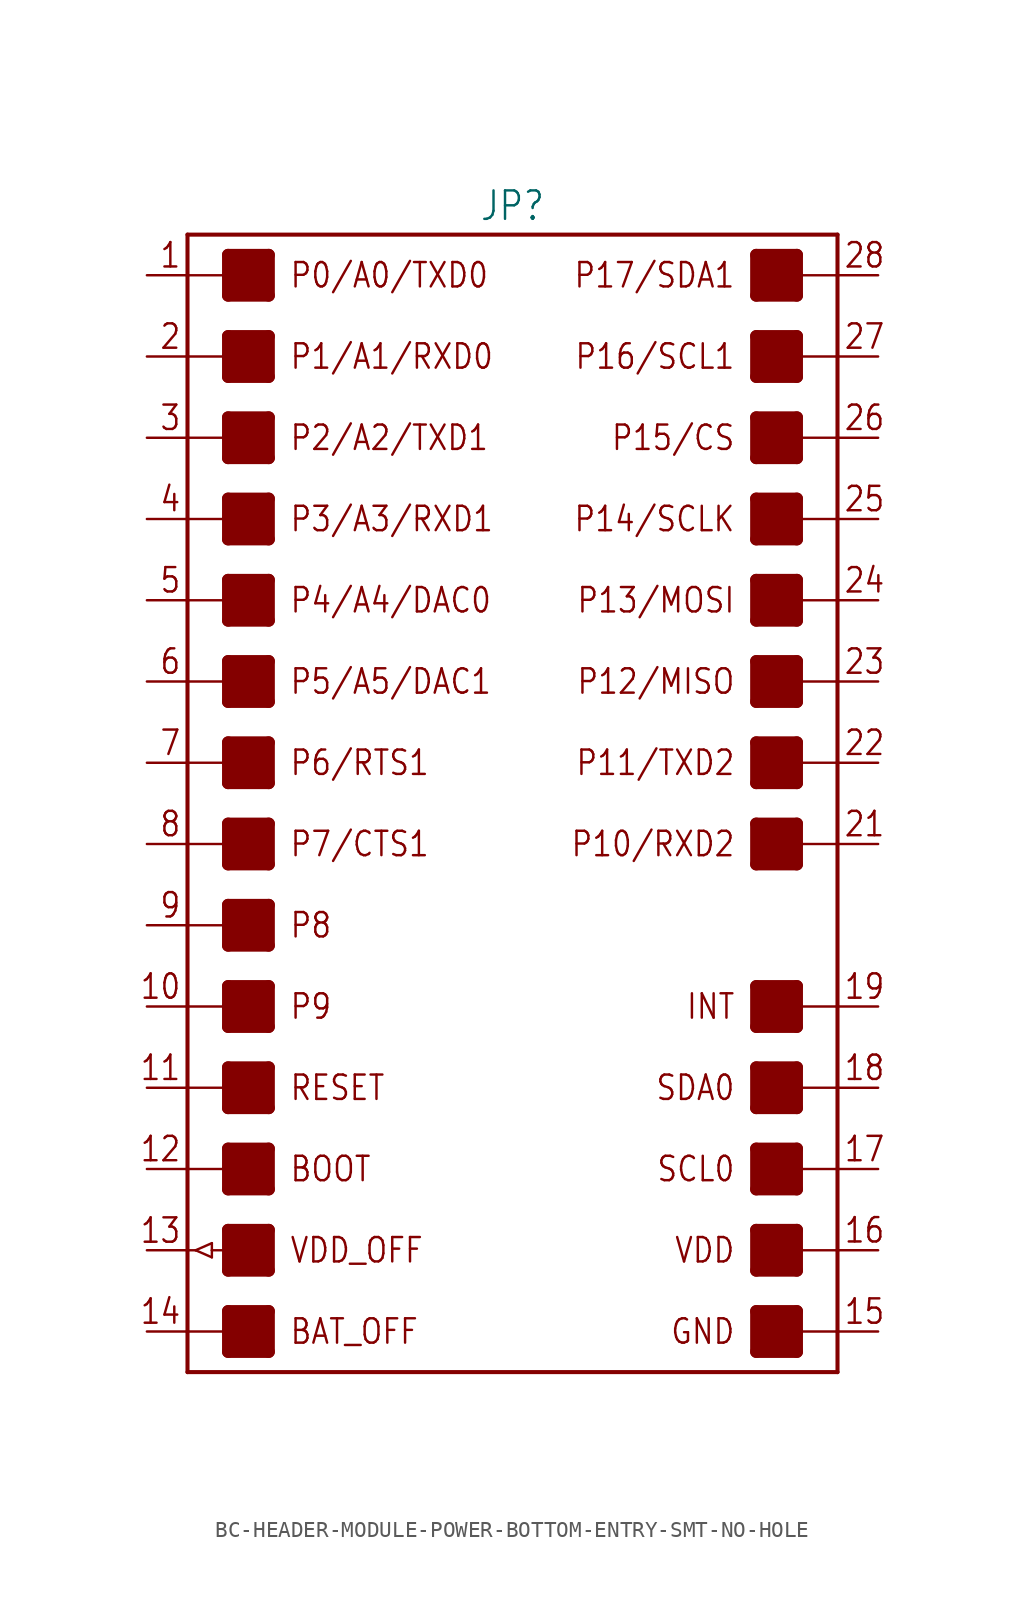
<source format=kicad_sym>
(kicad_symbol_lib
  (version 20231120)
  (generator "kicad_symbol_editor")
  (generator_version "8.0")
  (symbol "BC-HEADER-MODULE-POWER-BOTTOM-ENTRY-SMT-NO-HOLE"
    (property "Reference" "JP"
      (at 0 36.322 0)
      (effects (font (size 1.778 1.511)) (justify bottom)))
    (property "Value" ""
      (at 0 -36.322 0)
      (effects (font (size 1.778 1.511)) (justify top)))
    (property "ki_locked" ""
      (at 0 0 0)
      (effects (font (size 1.27 1.27))))
    (symbol "BC-HEADER-MODULE-POWER-BOTTOM-ENTRY-SMT-NO-HOLE_1_0"
      (rectangle (start -17.78 -34.29) (end -15.24 -31.75) (stroke (width 0) (type default)) (fill (type outline)))
      (rectangle (start -17.78 -29.21) (end -15.24 -26.67) (stroke (width 0) (type default)) (fill (type outline)))
      (rectangle (start -17.78 -24.13) (end -15.24 -21.59) (stroke (width 0) (type default)) (fill (type outline)))
      (rectangle (start -17.78 -19.05) (end -15.24 -16.51) (stroke (width 0) (type default)) (fill (type outline)))
      (rectangle (start -17.78 -13.97) (end -15.24 -11.43) (stroke (width 0) (type default)) (fill (type outline)))
      (rectangle (start -17.78 -8.89) (end -15.24 -6.35) (stroke (width 0) (type default)) (fill (type outline)))
      (rectangle (start -17.78 -3.81) (end -15.24 -1.27) (stroke (width 0) (type default)) (fill (type outline)))
      (rectangle (start -17.78 1.27) (end -15.24 3.81) (stroke (width 0) (type default)) (fill (type outline)))
      (rectangle (start -17.78 6.35) (end -15.24 8.89) (stroke (width 0) (type default)) (fill (type outline)))
      (rectangle (start -17.78 11.43) (end -15.24 13.97) (stroke (width 0) (type default)) (fill (type outline)))
      (rectangle (start -17.78 16.51) (end -15.24 19.05) (stroke (width 0) (type default)) (fill (type outline)))
      (rectangle (start -17.78 21.59) (end -15.24 24.13) (stroke (width 0) (type default)) (fill (type outline)))
      (rectangle (start -17.78 26.67) (end -15.24 29.21) (stroke (width 0) (type default)) (fill (type outline)))
      (rectangle (start -17.78 31.75) (end -15.24 34.29) (stroke (width 0) (type default)) (fill (type outline)))
      (polyline (pts (xy -20.32 -33.02) (xy -20.32 -35.56)) (stroke (width 0.254) (type solid)) (fill (type none)))
      (polyline (pts (xy -20.32 -33.02) (xy -17.78 -33.02)) (stroke (width 0.152) (type solid)) (fill (type none)))
      (polyline (pts (xy -20.32 -27.94) (xy -20.32 -33.02)) (stroke (width 0.254) (type solid)) (fill (type none)))
      (polyline (pts (xy -20.32 -27.94) (xy -19.812 -27.94)) (stroke (width 0.152) (type solid)) (fill (type none)))
      (polyline (pts (xy -20.32 -22.86) (xy -20.32 -27.94)) (stroke (width 0.254) (type solid)) (fill (type none)))
      (polyline (pts (xy -20.32 -22.86) (xy -17.78 -22.86)) (stroke (width 0.152) (type solid)) (fill (type none)))
      (polyline (pts (xy -20.32 -17.78) (xy -20.32 -22.86)) (stroke (width 0.254) (type solid)) (fill (type none)))
      (polyline (pts (xy -20.32 -17.78) (xy -17.78 -17.78)) (stroke (width 0.152) (type solid)) (fill (type none)))
      (polyline (pts (xy -20.32 -12.7) (xy -20.32 -17.78)) (stroke (width 0.254) (type solid)) (fill (type none)))
      (polyline (pts (xy -20.32 -12.7) (xy -17.78 -12.7)) (stroke (width 0.152) (type solid)) (fill (type none)))
      (polyline (pts (xy -20.32 -7.62) (xy -20.32 -12.7)) (stroke (width 0.254) (type solid)) (fill (type none)))
      (polyline (pts (xy -20.32 -7.62) (xy -17.78 -7.62)) (stroke (width 0.152) (type solid)) (fill (type none)))
      (polyline (pts (xy -20.32 -2.54) (xy -20.32 -7.62)) (stroke (width 0.254) (type solid)) (fill (type none)))
      (polyline (pts (xy -20.32 -2.54) (xy -17.78 -2.54)) (stroke (width 0.152) (type solid)) (fill (type none)))
      (polyline (pts (xy -20.32 2.54) (xy -20.32 -2.54)) (stroke (width 0.254) (type solid)) (fill (type none)))
      (polyline (pts (xy -20.32 2.54) (xy -17.78 2.54)) (stroke (width 0.152) (type solid)) (fill (type none)))
      (polyline (pts (xy -20.32 7.62) (xy -20.32 2.54)) (stroke (width 0.254) (type solid)) (fill (type none)))
      (polyline (pts (xy -20.32 7.62) (xy -17.78 7.62)) (stroke (width 0.152) (type solid)) (fill (type none)))
      (polyline (pts (xy -20.32 12.7) (xy -20.32 7.62)) (stroke (width 0.254) (type solid)) (fill (type none)))
      (polyline (pts (xy -20.32 12.7) (xy -17.78 12.7)) (stroke (width 0.152) (type solid)) (fill (type none)))
      (polyline (pts (xy -20.32 17.78) (xy -20.32 12.7)) (stroke (width 0.254) (type solid)) (fill (type none)))
      (polyline (pts (xy -20.32 17.78) (xy -17.78 17.78)) (stroke (width 0.152) (type solid)) (fill (type none)))
      (polyline (pts (xy -20.32 22.86) (xy -20.32 17.78)) (stroke (width 0.254) (type solid)) (fill (type none)))
      (polyline (pts (xy -20.32 22.86) (xy -17.78 22.86)) (stroke (width 0.152) (type solid)) (fill (type none)))
      (polyline (pts (xy -20.32 27.94) (xy -20.32 22.86)) (stroke (width 0.254) (type solid)) (fill (type none)))
      (polyline (pts (xy -20.32 27.94) (xy -17.78 27.94)) (stroke (width 0.152) (type solid)) (fill (type none)))
      (polyline (pts (xy -20.32 33.02) (xy -20.32 27.94)) (stroke (width 0.254) (type solid)) (fill (type none)))
      (polyline (pts (xy -20.32 33.02) (xy -17.78 33.02)) (stroke (width 0.152) (type solid)) (fill (type none)))
      (polyline (pts (xy -20.32 35.56) (xy -20.32 33.02)) (stroke (width 0.254) (type solid)) (fill (type none)))
      (polyline (pts (xy -20.32 35.56) (xy 20.32 35.56)) (stroke (width 0.254) (type solid)) (fill (type none)))
      (polyline (pts (xy -19.812 -27.94) (xy -18.796 -27.495)) (stroke (width 0.152) (type solid)) (fill (type none)))
      (polyline (pts (xy -18.796 -28.384) (xy -19.812 -27.94)) (stroke (width 0.152) (type solid)) (fill (type none)))
      (polyline (pts (xy -18.796 -27.94) (xy -18.796 -28.384)) (stroke (width 0.152) (type solid)) (fill (type none)))
      (polyline (pts (xy -18.796 -27.495) (xy -18.796 -27.94)) (stroke (width 0.152) (type solid)) (fill (type none)))
      (polyline (pts (xy -17.78 -34.29) (xy -15.24 -34.29)) (stroke (width 0.762) (type solid)) (fill (type none)))
      (polyline (pts (xy -17.78 -33.02) (xy -17.78 -34.29)) (stroke (width 0.762) (type solid)) (fill (type none)))
      (polyline (pts (xy -17.78 -31.75) (xy -17.78 -33.02)) (stroke (width 0.762) (type solid)) (fill (type none)))
      (polyline (pts (xy -17.78 -31.75) (xy -15.24 -31.75)) (stroke (width 0.762) (type solid)) (fill (type none)))
      (polyline (pts (xy -17.78 -29.21) (xy -15.24 -29.21)) (stroke (width 0.762) (type solid)) (fill (type none)))
      (polyline (pts (xy -17.78 -26.67) (xy -17.78 -29.21)) (stroke (width 0.762) (type solid)) (fill (type none)))
      (polyline (pts (xy -17.78 -26.67) (xy -15.24 -26.67)) (stroke (width 0.762) (type solid)) (fill (type none)))
      (polyline (pts (xy -17.78 -24.13) (xy -15.24 -24.13)) (stroke (width 0.762) (type solid)) (fill (type none)))
      (polyline (pts (xy -17.78 -22.86) (xy -17.78 -24.13)) (stroke (width 0.762) (type solid)) (fill (type none)))
      (polyline (pts (xy -17.78 -21.59) (xy -17.78 -22.86)) (stroke (width 0.762) (type solid)) (fill (type none)))
      (polyline (pts (xy -17.78 -21.59) (xy -15.24 -21.59)) (stroke (width 0.762) (type solid)) (fill (type none)))
      (polyline (pts (xy -17.78 -19.05) (xy -15.24 -19.05)) (stroke (width 0.762) (type solid)) (fill (type none)))
      (polyline (pts (xy -17.78 -17.78) (xy -17.78 -19.05)) (stroke (width 0.762) (type solid)) (fill (type none)))
      (polyline (pts (xy -17.78 -16.51) (xy -17.78 -17.78)) (stroke (width 0.762) (type solid)) (fill (type none)))
      (polyline (pts (xy -17.78 -16.51) (xy -15.24 -16.51)) (stroke (width 0.762) (type solid)) (fill (type none)))
      (polyline (pts (xy -17.78 -13.97) (xy -15.24 -13.97)) (stroke (width 0.762) (type solid)) (fill (type none)))
      (polyline (pts (xy -17.78 -12.7) (xy -17.78 -13.97)) (stroke (width 0.762) (type solid)) (fill (type none)))
      (polyline (pts (xy -17.78 -11.43) (xy -17.78 -12.7)) (stroke (width 0.762) (type solid)) (fill (type none)))
      (polyline (pts (xy -17.78 -11.43) (xy -15.24 -11.43)) (stroke (width 0.762) (type solid)) (fill (type none)))
      (polyline (pts (xy -17.78 -8.89) (xy -15.24 -8.89)) (stroke (width 0.762) (type solid)) (fill (type none)))
      (polyline (pts (xy -17.78 -7.62) (xy -17.78 -8.89)) (stroke (width 0.762) (type solid)) (fill (type none)))
      (polyline (pts (xy -17.78 -6.35) (xy -17.78 -7.62)) (stroke (width 0.762) (type solid)) (fill (type none)))
      (polyline (pts (xy -17.78 -6.35) (xy -15.24 -6.35)) (stroke (width 0.762) (type solid)) (fill (type none)))
      (polyline (pts (xy -17.78 -3.81) (xy -15.24 -3.81)) (stroke (width 0.762) (type solid)) (fill (type none)))
      (polyline (pts (xy -17.78 -2.54) (xy -17.78 -3.81)) (stroke (width 0.762) (type solid)) (fill (type none)))
      (polyline (pts (xy -17.78 -1.27) (xy -17.78 -2.54)) (stroke (width 0.762) (type solid)) (fill (type none)))
      (polyline (pts (xy -17.78 -1.27) (xy -15.24 -1.27)) (stroke (width 0.762) (type solid)) (fill (type none)))
      (polyline (pts (xy -17.78 1.27) (xy -15.24 1.27)) (stroke (width 0.762) (type solid)) (fill (type none)))
      (polyline (pts (xy -17.78 2.54) (xy -17.78 1.27)) (stroke (width 0.762) (type solid)) (fill (type none)))
      (polyline (pts (xy -17.78 3.81) (xy -17.78 2.54)) (stroke (width 0.762) (type solid)) (fill (type none)))
      (polyline (pts (xy -17.78 3.81) (xy -15.24 3.81)) (stroke (width 0.762) (type solid)) (fill (type none)))
      (polyline (pts (xy -17.78 6.35) (xy -15.24 6.35)) (stroke (width 0.762) (type solid)) (fill (type none)))
      (polyline (pts (xy -17.78 7.62) (xy -17.78 6.35)) (stroke (width 0.762) (type solid)) (fill (type none)))
      (polyline (pts (xy -17.78 8.89) (xy -17.78 7.62)) (stroke (width 0.762) (type solid)) (fill (type none)))
      (polyline (pts (xy -17.78 8.89) (xy -15.24 8.89)) (stroke (width 0.762) (type solid)) (fill (type none)))
      (polyline (pts (xy -17.78 11.43) (xy -15.24 11.43)) (stroke (width 0.762) (type solid)) (fill (type none)))
      (polyline (pts (xy -17.78 12.7) (xy -17.78 11.43)) (stroke (width 0.762) (type solid)) (fill (type none)))
      (polyline (pts (xy -17.78 13.97) (xy -17.78 12.7)) (stroke (width 0.762) (type solid)) (fill (type none)))
      (polyline (pts (xy -17.78 13.97) (xy -15.24 13.97)) (stroke (width 0.762) (type solid)) (fill (type none)))
      (polyline (pts (xy -17.78 16.51) (xy -15.24 16.51)) (stroke (width 0.762) (type solid)) (fill (type none)))
      (polyline (pts (xy -17.78 17.78) (xy -17.78 16.51)) (stroke (width 0.762) (type solid)) (fill (type none)))
      (polyline (pts (xy -17.78 19.05) (xy -17.78 17.78)) (stroke (width 0.762) (type solid)) (fill (type none)))
      (polyline (pts (xy -17.78 19.05) (xy -15.24 19.05)) (stroke (width 0.762) (type solid)) (fill (type none)))
      (polyline (pts (xy -17.78 21.59) (xy -15.24 21.59)) (stroke (width 0.762) (type solid)) (fill (type none)))
      (polyline (pts (xy -17.78 22.86) (xy -17.78 21.59)) (stroke (width 0.762) (type solid)) (fill (type none)))
      (polyline (pts (xy -17.78 24.13) (xy -17.78 22.86)) (stroke (width 0.762) (type solid)) (fill (type none)))
      (polyline (pts (xy -17.78 24.13) (xy -15.24 24.13)) (stroke (width 0.762) (type solid)) (fill (type none)))
      (polyline (pts (xy -17.78 26.67) (xy -15.24 26.67)) (stroke (width 0.762) (type solid)) (fill (type none)))
      (polyline (pts (xy -17.78 27.94) (xy -17.78 26.67)) (stroke (width 0.762) (type solid)) (fill (type none)))
      (polyline (pts (xy -17.78 29.21) (xy -17.78 27.94)) (stroke (width 0.762) (type solid)) (fill (type none)))
      (polyline (pts (xy -17.78 29.21) (xy -15.24 29.21)) (stroke (width 0.762) (type solid)) (fill (type none)))
      (polyline (pts (xy -17.78 31.75) (xy -15.24 31.75)) (stroke (width 0.762) (type solid)) (fill (type none)))
      (polyline (pts (xy -17.78 33.02) (xy -17.78 31.75)) (stroke (width 0.762) (type solid)) (fill (type none)))
      (polyline (pts (xy -17.78 34.29) (xy -17.78 33.02)) (stroke (width 0.762) (type solid)) (fill (type none)))
      (polyline (pts (xy -17.78 34.29) (xy -15.24 34.29)) (stroke (width 0.762) (type solid)) (fill (type none)))
      (polyline (pts (xy -16.51 -27.94) (xy -18.796 -27.94)) (stroke (width 0.152) (type solid)) (fill (type none)))
      (polyline (pts (xy -15.24 -34.29) (xy -15.24 -31.75)) (stroke (width 0.762) (type solid)) (fill (type none)))
      (polyline (pts (xy -15.24 -29.21) (xy -15.24 -26.67)) (stroke (width 0.762) (type solid)) (fill (type none)))
      (polyline (pts (xy -15.24 -24.13) (xy -15.24 -21.59)) (stroke (width 0.762) (type solid)) (fill (type none)))
      (polyline (pts (xy -15.24 -19.05) (xy -15.24 -16.51)) (stroke (width 0.762) (type solid)) (fill (type none)))
      (polyline (pts (xy -15.24 -13.97) (xy -15.24 -11.43)) (stroke (width 0.762) (type solid)) (fill (type none)))
      (polyline (pts (xy -15.24 -8.89) (xy -15.24 -6.35)) (stroke (width 0.762) (type solid)) (fill (type none)))
      (polyline (pts (xy -15.24 -3.81) (xy -15.24 -1.27)) (stroke (width 0.762) (type solid)) (fill (type none)))
      (polyline (pts (xy -15.24 1.27) (xy -15.24 3.81)) (stroke (width 0.762) (type solid)) (fill (type none)))
      (polyline (pts (xy -15.24 6.35) (xy -15.24 8.89)) (stroke (width 0.762) (type solid)) (fill (type none)))
      (polyline (pts (xy -15.24 11.43) (xy -15.24 13.97)) (stroke (width 0.762) (type solid)) (fill (type none)))
      (polyline (pts (xy -15.24 16.51) (xy -15.24 19.05)) (stroke (width 0.762) (type solid)) (fill (type none)))
      (polyline (pts (xy -15.24 21.59) (xy -15.24 24.13)) (stroke (width 0.762) (type solid)) (fill (type none)))
      (polyline (pts (xy -15.24 26.67) (xy -15.24 29.21)) (stroke (width 0.762) (type solid)) (fill (type none)))
      (polyline (pts (xy -15.24 31.75) (xy -15.24 34.29)) (stroke (width 0.762) (type solid)) (fill (type none)))
      (polyline (pts (xy 15.24 -34.29) (xy 17.78 -34.29)) (stroke (width 0.762) (type solid)) (fill (type none)))
      (polyline (pts (xy 15.24 -31.75) (xy 15.24 -34.29)) (stroke (width 0.762) (type solid)) (fill (type none)))
      (polyline (pts (xy 15.24 -31.75) (xy 17.78 -31.75)) (stroke (width 0.762) (type solid)) (fill (type none)))
      (polyline (pts (xy 15.24 -29.21) (xy 17.78 -29.21)) (stroke (width 0.762) (type solid)) (fill (type none)))
      (polyline (pts (xy 15.24 -26.67) (xy 15.24 -29.21)) (stroke (width 0.762) (type solid)) (fill (type none)))
      (polyline (pts (xy 15.24 -26.67) (xy 17.78 -26.67)) (stroke (width 0.762) (type solid)) (fill (type none)))
      (polyline (pts (xy 15.24 -24.13) (xy 17.78 -24.13)) (stroke (width 0.762) (type solid)) (fill (type none)))
      (polyline (pts (xy 15.24 -21.59) (xy 15.24 -24.13)) (stroke (width 0.762) (type solid)) (fill (type none)))
      (polyline (pts (xy 15.24 -21.59) (xy 17.78 -21.59)) (stroke (width 0.762) (type solid)) (fill (type none)))
      (polyline (pts (xy 15.24 -19.05) (xy 17.78 -19.05)) (stroke (width 0.762) (type solid)) (fill (type none)))
      (polyline (pts (xy 15.24 -16.51) (xy 15.24 -19.05)) (stroke (width 0.762) (type solid)) (fill (type none)))
      (polyline (pts (xy 15.24 -16.51) (xy 17.78 -16.51)) (stroke (width 0.762) (type solid)) (fill (type none)))
      (polyline (pts (xy 15.24 -13.97) (xy 17.78 -13.97)) (stroke (width 0.762) (type solid)) (fill (type none)))
      (polyline (pts (xy 15.24 -11.43) (xy 15.24 -13.97)) (stroke (width 0.762) (type solid)) (fill (type none)))
      (polyline (pts (xy 15.24 -11.43) (xy 17.78 -11.43)) (stroke (width 0.762) (type solid)) (fill (type none)))
      (polyline (pts (xy 15.24 -3.81) (xy 17.78 -3.81)) (stroke (width 0.762) (type solid)) (fill (type none)))
      (polyline (pts (xy 15.24 -1.27) (xy 15.24 -3.81)) (stroke (width 0.762) (type solid)) (fill (type none)))
      (polyline (pts (xy 15.24 -1.27) (xy 17.78 -1.27)) (stroke (width 0.762) (type solid)) (fill (type none)))
      (polyline (pts (xy 15.24 1.27) (xy 17.78 1.27)) (stroke (width 0.762) (type solid)) (fill (type none)))
      (polyline (pts (xy 15.24 3.81) (xy 15.24 1.27)) (stroke (width 0.762) (type solid)) (fill (type none)))
      (polyline (pts (xy 15.24 3.81) (xy 17.78 3.81)) (stroke (width 0.762) (type solid)) (fill (type none)))
      (polyline (pts (xy 15.24 6.35) (xy 17.78 6.35)) (stroke (width 0.762) (type solid)) (fill (type none)))
      (polyline (pts (xy 15.24 8.89) (xy 15.24 6.35)) (stroke (width 0.762) (type solid)) (fill (type none)))
      (polyline (pts (xy 15.24 8.89) (xy 17.78 8.89)) (stroke (width 0.762) (type solid)) (fill (type none)))
      (polyline (pts (xy 15.24 11.43) (xy 17.78 11.43)) (stroke (width 0.762) (type solid)) (fill (type none)))
      (polyline (pts (xy 15.24 13.97) (xy 15.24 11.43)) (stroke (width 0.762) (type solid)) (fill (type none)))
      (polyline (pts (xy 15.24 13.97) (xy 17.78 13.97)) (stroke (width 0.762) (type solid)) (fill (type none)))
      (polyline (pts (xy 15.24 16.51) (xy 17.78 16.51)) (stroke (width 0.762) (type solid)) (fill (type none)))
      (polyline (pts (xy 15.24 19.05) (xy 15.24 16.51)) (stroke (width 0.762) (type solid)) (fill (type none)))
      (polyline (pts (xy 15.24 19.05) (xy 17.78 19.05)) (stroke (width 0.762) (type solid)) (fill (type none)))
      (polyline (pts (xy 15.24 21.59) (xy 17.78 21.59)) (stroke (width 0.762) (type solid)) (fill (type none)))
      (polyline (pts (xy 15.24 24.13) (xy 15.24 21.59)) (stroke (width 0.762) (type solid)) (fill (type none)))
      (polyline (pts (xy 15.24 24.13) (xy 17.78 24.13)) (stroke (width 0.762) (type solid)) (fill (type none)))
      (polyline (pts (xy 15.24 26.67) (xy 17.78 26.67)) (stroke (width 0.762) (type solid)) (fill (type none)))
      (polyline (pts (xy 15.24 29.21) (xy 15.24 26.67)) (stroke (width 0.762) (type solid)) (fill (type none)))
      (polyline (pts (xy 15.24 29.21) (xy 17.78 29.21)) (stroke (width 0.762) (type solid)) (fill (type none)))
      (polyline (pts (xy 15.24 31.75) (xy 17.78 31.75)) (stroke (width 0.762) (type solid)) (fill (type none)))
      (polyline (pts (xy 15.24 34.29) (xy 15.24 31.75)) (stroke (width 0.762) (type solid)) (fill (type none)))
      (polyline (pts (xy 15.24 34.29) (xy 17.78 34.29)) (stroke (width 0.762) (type solid)) (fill (type none)))
      (polyline (pts (xy 17.78 -34.29) (xy 17.78 -33.02)) (stroke (width 0.762) (type solid)) (fill (type none)))
      (polyline (pts (xy 17.78 -33.02) (xy 17.78 -31.75)) (stroke (width 0.762) (type solid)) (fill (type none)))
      (polyline (pts (xy 17.78 -33.02) (xy 20.32 -33.02)) (stroke (width 0.152) (type solid)) (fill (type none)))
      (polyline (pts (xy 17.78 -29.21) (xy 17.78 -27.94)) (stroke (width 0.762) (type solid)) (fill (type none)))
      (polyline (pts (xy 17.78 -27.94) (xy 17.78 -26.67)) (stroke (width 0.762) (type solid)) (fill (type none)))
      (polyline (pts (xy 17.78 -27.94) (xy 20.32 -27.94)) (stroke (width 0.152) (type solid)) (fill (type none)))
      (polyline (pts (xy 17.78 -24.13) (xy 17.78 -22.86)) (stroke (width 0.762) (type solid)) (fill (type none)))
      (polyline (pts (xy 17.78 -22.86) (xy 17.78 -21.59)) (stroke (width 0.762) (type solid)) (fill (type none)))
      (polyline (pts (xy 17.78 -22.86) (xy 20.32 -22.86)) (stroke (width 0.152) (type solid)) (fill (type none)))
      (polyline (pts (xy 17.78 -19.05) (xy 17.78 -17.78)) (stroke (width 0.762) (type solid)) (fill (type none)))
      (polyline (pts (xy 17.78 -17.78) (xy 17.78 -16.51)) (stroke (width 0.762) (type solid)) (fill (type none)))
      (polyline (pts (xy 17.78 -17.78) (xy 20.32 -17.78)) (stroke (width 0.152) (type solid)) (fill (type none)))
      (polyline (pts (xy 17.78 -13.97) (xy 17.78 -12.7)) (stroke (width 0.762) (type solid)) (fill (type none)))
      (polyline (pts (xy 17.78 -12.7) (xy 17.78 -11.43)) (stroke (width 0.762) (type solid)) (fill (type none)))
      (polyline (pts (xy 17.78 -12.7) (xy 20.32 -12.7)) (stroke (width 0.152) (type solid)) (fill (type none)))
      (polyline (pts (xy 17.78 -3.81) (xy 17.78 -2.54)) (stroke (width 0.762) (type solid)) (fill (type none)))
      (polyline (pts (xy 17.78 -2.54) (xy 17.78 -1.27)) (stroke (width 0.762) (type solid)) (fill (type none)))
      (polyline (pts (xy 17.78 -2.54) (xy 20.32 -2.54)) (stroke (width 0.152) (type solid)) (fill (type none)))
      (polyline (pts (xy 17.78 1.27) (xy 17.78 2.54)) (stroke (width 0.762) (type solid)) (fill (type none)))
      (polyline (pts (xy 17.78 2.54) (xy 17.78 3.81)) (stroke (width 0.762) (type solid)) (fill (type none)))
      (polyline (pts (xy 17.78 2.54) (xy 20.32 2.54)) (stroke (width 0.152) (type solid)) (fill (type none)))
      (polyline (pts (xy 17.78 6.35) (xy 17.78 7.62)) (stroke (width 0.762) (type solid)) (fill (type none)))
      (polyline (pts (xy 17.78 7.62) (xy 17.78 8.89)) (stroke (width 0.762) (type solid)) (fill (type none)))
      (polyline (pts (xy 17.78 7.62) (xy 20.32 7.62)) (stroke (width 0.152) (type solid)) (fill (type none)))
      (polyline (pts (xy 17.78 11.43) (xy 17.78 12.7)) (stroke (width 0.762) (type solid)) (fill (type none)))
      (polyline (pts (xy 17.78 12.7) (xy 17.78 13.97)) (stroke (width 0.762) (type solid)) (fill (type none)))
      (polyline (pts (xy 17.78 12.7) (xy 20.32 12.7)) (stroke (width 0.152) (type solid)) (fill (type none)))
      (polyline (pts (xy 17.78 16.51) (xy 17.78 17.78)) (stroke (width 0.762) (type solid)) (fill (type none)))
      (polyline (pts (xy 17.78 17.78) (xy 17.78 19.05)) (stroke (width 0.762) (type solid)) (fill (type none)))
      (polyline (pts (xy 17.78 17.78) (xy 20.32 17.78)) (stroke (width 0.152) (type solid)) (fill (type none)))
      (polyline (pts (xy 17.78 21.59) (xy 17.78 22.86)) (stroke (width 0.762) (type solid)) (fill (type none)))
      (polyline (pts (xy 17.78 22.86) (xy 17.78 24.13)) (stroke (width 0.762) (type solid)) (fill (type none)))
      (polyline (pts (xy 17.78 22.86) (xy 20.32 22.86)) (stroke (width 0.152) (type solid)) (fill (type none)))
      (polyline (pts (xy 17.78 26.67) (xy 17.78 27.94)) (stroke (width 0.762) (type solid)) (fill (type none)))
      (polyline (pts (xy 17.78 27.94) (xy 17.78 29.21)) (stroke (width 0.762) (type solid)) (fill (type none)))
      (polyline (pts (xy 17.78 27.94) (xy 20.32 27.94)) (stroke (width 0.152) (type solid)) (fill (type none)))
      (polyline (pts (xy 17.78 31.75) (xy 17.78 33.02)) (stroke (width 0.762) (type solid)) (fill (type none)))
      (polyline (pts (xy 17.78 33.02) (xy 17.78 34.29)) (stroke (width 0.762) (type solid)) (fill (type none)))
      (polyline (pts (xy 17.78 33.02) (xy 20.32 33.02)) (stroke (width 0.152) (type solid)) (fill (type none)))
      (polyline (pts (xy 20.32 -35.56) (xy -20.32 -35.56)) (stroke (width 0.254) (type solid)) (fill (type none)))
      (polyline (pts (xy 20.32 -33.02) (xy 20.32 -35.56)) (stroke (width 0.254) (type solid)) (fill (type none)))
      (polyline (pts (xy 20.32 -27.94) (xy 20.32 -33.02)) (stroke (width 0.254) (type solid)) (fill (type none)))
      (polyline (pts (xy 20.32 -22.86) (xy 20.32 -27.94)) (stroke (width 0.254) (type solid)) (fill (type none)))
      (polyline (pts (xy 20.32 -17.78) (xy 20.32 -22.86)) (stroke (width 0.254) (type solid)) (fill (type none)))
      (polyline (pts (xy 20.32 -12.7) (xy 20.32 -17.78)) (stroke (width 0.254) (type solid)) (fill (type none)))
      (polyline (pts (xy 20.32 -2.54) (xy 20.32 -12.7)) (stroke (width 0.254) (type solid)) (fill (type none)))
      (polyline (pts (xy 20.32 2.54) (xy 20.32 -2.54)) (stroke (width 0.254) (type solid)) (fill (type none)))
      (polyline (pts (xy 20.32 7.62) (xy 20.32 2.54)) (stroke (width 0.254) (type solid)) (fill (type none)))
      (polyline (pts (xy 20.32 12.7) (xy 20.32 7.62)) (stroke (width 0.254) (type solid)) (fill (type none)))
      (polyline (pts (xy 20.32 17.78) (xy 20.32 12.7)) (stroke (width 0.254) (type solid)) (fill (type none)))
      (polyline (pts (xy 20.32 22.86) (xy 20.32 17.78)) (stroke (width 0.254) (type solid)) (fill (type none)))
      (polyline (pts (xy 20.32 27.94) (xy 20.32 22.86)) (stroke (width 0.254) (type solid)) (fill (type none)))
      (polyline (pts (xy 20.32 33.02) (xy 20.32 27.94)) (stroke (width 0.254) (type solid)) (fill (type none)))
      (polyline (pts (xy 20.32 35.56) (xy 20.32 33.02)) (stroke (width 0.254) (type solid)) (fill (type none)))
      (rectangle (start 15.24 -34.29) (end 17.78 -31.75) (stroke (width 0) (type default)) (fill (type outline)))
      (rectangle (start 15.24 -29.21) (end 17.78 -26.67) (stroke (width 0) (type default)) (fill (type outline)))
      (rectangle (start 15.24 -24.13) (end 17.78 -21.59) (stroke (width 0) (type default)) (fill (type outline)))
      (rectangle (start 15.24 -19.05) (end 17.78 -16.51) (stroke (width 0) (type default)) (fill (type outline)))
      (rectangle (start 15.24 -13.97) (end 17.78 -11.43) (stroke (width 0) (type default)) (fill (type outline)))
      (rectangle (start 15.24 -3.81) (end 17.78 -1.27) (stroke (width 0) (type default)) (fill (type outline)))
      (rectangle (start 15.24 1.27) (end 17.78 3.81) (stroke (width 0) (type default)) (fill (type outline)))
      (rectangle (start 15.24 6.35) (end 17.78 8.89) (stroke (width 0) (type default)) (fill (type outline)))
      (rectangle (start 15.24 11.43) (end 17.78 13.97) (stroke (width 0) (type default)) (fill (type outline)))
      (rectangle (start 15.24 16.51) (end 17.78 19.05) (stroke (width 0) (type default)) (fill (type outline)))
      (rectangle (start 15.24 21.59) (end 17.78 24.13) (stroke (width 0) (type default)) (fill (type outline)))
      (rectangle (start 15.24 26.67) (end 17.78 29.21) (stroke (width 0) (type default)) (fill (type outline)))
      (rectangle (start 15.24 31.75) (end 17.78 34.29) (stroke (width 0) (type default)) (fill (type outline)))
      (text "1" (at -20.676 33.376 0) (effects (font (size 1.524 1.295)) (justify right bottom)))
      (text "10" (at -20.676 -12.344 0) (effects (font (size 1.524 1.295)) (justify right bottom)))
      (text "11" (at -20.676 -17.424 0) (effects (font (size 1.524 1.295)) (justify right bottom)))
      (text "12" (at -20.676 -22.504 0) (effects (font (size 1.524 1.295)) (justify right bottom)))
      (text "13" (at -20.676 -27.6 0) (effects (font (size 1.524 1.295)) (justify right bottom)))
      (text "14" (at -20.676 -32.664 0) (effects (font (size 1.524 1.295)) (justify right bottom)))
      (text "15" (at 20.676 -32.664 0) (effects (font (size 1.524 1.295)) (justify left bottom)))
      (text "16" (at 20.676 -27.584 0) (effects (font (size 1.524 1.295)) (justify left bottom)))
      (text "17" (at 20.676 -22.504 0) (effects (font (size 1.524 1.295)) (justify left bottom)))
      (text "18" (at 20.676 -17.424 0) (effects (font (size 1.524 1.295)) (justify left bottom)))
      (text "19" (at 20.676 -12.344 0) (effects (font (size 1.524 1.295)) (justify left bottom)))
      (text "2" (at -20.676 28.296 0) (effects (font (size 1.524 1.295)) (justify right bottom)))
      (text "21" (at 20.676 -2.184 0) (effects (font (size 1.524 1.295)) (justify left bottom)))
      (text "22" (at 20.676 2.896 0) (effects (font (size 1.524 1.295)) (justify left bottom)))
      (text "23" (at 20.676 7.976 0) (effects (font (size 1.524 1.295)) (justify left bottom)))
      (text "24" (at 20.676 13.056 0) (effects (font (size 1.524 1.295)) (justify left bottom)))
      (text "25" (at 20.676 18.136 0) (effects (font (size 1.524 1.295)) (justify left bottom)))
      (text "26" (at 20.676 23.216 0) (effects (font (size 1.524 1.295)) (justify left bottom)))
      (text "27" (at 20.676 28.296 0) (effects (font (size 1.524 1.295)) (justify left bottom)))
      (text "28" (at 20.676 33.376 0) (effects (font (size 1.524 1.295)) (justify left bottom)))
      (text "3" (at -20.676 23.216 0) (effects (font (size 1.524 1.295)) (justify right bottom)))
      (text "4" (at -20.676 18.136 0) (effects (font (size 1.524 1.295)) (justify right bottom)))
      (text "5" (at -20.676 13.056 0) (effects (font (size 1.524 1.295)) (justify right bottom)))
      (text "6" (at -20.676 7.976 0) (effects (font (size 1.524 1.295)) (justify right bottom)))
      (text "7" (at -20.676 2.896 0) (effects (font (size 1.524 1.295)) (justify right bottom)))
      (text "8" (at -20.676 -2.184 0) (effects (font (size 1.524 1.295)) (justify right bottom)))
      (text "9" (at -20.676 -7.264 0) (effects (font (size 1.524 1.295)) (justify right bottom)))
      (text "BAT_OFF" (at -13.97 -33.02 0) (effects (font (size 1.524 1.295)) (justify left)))
      (text "BOOT" (at -13.97 -22.86 0) (effects (font (size 1.524 1.295)) (justify left)))
      (text "GND" (at 13.97 -33.02 0) (effects (font (size 1.524 1.295)) (justify right)))
      (text "INT" (at 13.97 -12.7 0) (effects (font (size 1.524 1.295)) (justify right)))
      (text "P0/A0/TXD0" (at -13.97 33.02 0) (effects (font (size 1.524 1.295)) (justify left)))
      (text "P1/A1/RXD0" (at -13.97 27.94 0) (effects (font (size 1.524 1.295)) (justify left)))
      (text "P10/RXD2" (at 13.97 -2.54 0) (effects (font (size 1.524 1.295)) (justify right)))
      (text "P11/TXD2" (at 13.97 2.54 0) (effects (font (size 1.524 1.295)) (justify right)))
      (text "P12/MISO" (at 13.97 7.62 0) (effects (font (size 1.524 1.295)) (justify right)))
      (text "P13/MOSI" (at 13.97 12.7 0) (effects (font (size 1.524 1.295)) (justify right)))
      (text "P14/SCLK" (at 13.97 17.78 0) (effects (font (size 1.524 1.295)) (justify right)))
      (text "P15/CS" (at 13.97 22.86 0) (effects (font (size 1.524 1.295)) (justify right)))
      (text "P16/SCL1" (at 13.97 27.94 0) (effects (font (size 1.524 1.295)) (justify right)))
      (text "P17/SDA1" (at 13.97 33.02 0) (effects (font (size 1.524 1.295)) (justify right)))
      (text "P2/A2/TXD1" (at -13.97 22.86 0) (effects (font (size 1.524 1.295)) (justify left)))
      (text "P3/A3/RXD1" (at -13.97 17.78 0) (effects (font (size 1.524 1.295)) (justify left)))
      (text "P4/A4/DAC0" (at -13.97 12.7 0) (effects (font (size 1.524 1.295)) (justify left)))
      (text "P5/A5/DAC1" (at -13.97 7.62 0) (effects (font (size 1.524 1.295)) (justify left)))
      (text "P6/RTS1" (at -13.97 2.54 0) (effects (font (size 1.524 1.295)) (justify left)))
      (text "P7/CTS1" (at -13.97 -2.54 0) (effects (font (size 1.524 1.295)) (justify left)))
      (text "P8" (at -13.97 -7.62 0) (effects (font (size 1.524 1.295)) (justify left)))
      (text "P9" (at -13.97 -12.7 0) (effects (font (size 1.524 1.295)) (justify left)))
      (text "RESET" (at -13.97 -17.78 0) (effects (font (size 1.524 1.295)) (justify left)))
      (text "SCL0" (at 13.97 -22.86 0) (effects (font (size 1.524 1.295)) (justify right)))
      (text "SDA0" (at 13.97 -17.78 0) (effects (font (size 1.524 1.295)) (justify right)))
      (text "VDD" (at 13.97 -27.94 0) (effects (font (size 1.524 1.295)) (justify right)))
      (text "VDD_OFF" (at -13.97 -27.94 0) (effects (font (size 1.524 1.295)) (justify left)))
      (pin passive line (at -22.86 33.02 0) (length 2.54) (name "P0/A0/TXD0" (effects (font (size 0 0)))) (number "1" (effects (font (size 0 0)))))
      (pin passive line (at -22.86 -12.7 0) (length 2.54) (name "P9" (effects (font (size 0 0)))) (number "10" (effects (font (size 0 0)))))
      (pin passive line (at -22.86 -17.78 0) (length 2.54) (name "RESET" (effects (font (size 0 0)))) (number "11" (effects (font (size 0 0)))))
      (pin passive line (at -22.86 -22.86 0) (length 2.54) (name "BOOT" (effects (font (size 0 0)))) (number "12" (effects (font (size 0 0)))))
      (pin passive line (at -22.86 -27.94 0) (length 2.54) (name "VDD_OFF_OUT" (effects (font (size 0 0)))) (number "13" (effects (font (size 0 0)))))
      (pin passive line (at -22.86 -33.02 0) (length 2.54) (name "BAT_OFF" (effects (font (size 0 0)))) (number "14" (effects (font (size 0 0)))))
      (pin passive line (at 22.86 -33.02 180) (length 2.54) (name "GND" (effects (font (size 0 0)))) (number "15" (effects (font (size 0 0)))))
      (pin passive line (at 22.86 -27.94 180) (length 2.54) (name "VDD" (effects (font (size 0 0)))) (number "16" (effects (font (size 0 0)))))
      (pin passive line (at 22.86 -22.86 180) (length 2.54) (name "SCL0" (effects (font (size 0 0)))) (number "17" (effects (font (size 0 0)))))
      (pin passive line (at 22.86 -17.78 180) (length 2.54) (name "SDA0" (effects (font (size 0 0)))) (number "18" (effects (font (size 0 0)))))
      (pin passive line (at 22.86 -12.7 180) (length 2.54) (name "INT" (effects (font (size 0 0)))) (number "19" (effects (font (size 0 0)))))
      (pin passive line (at -22.86 27.94 0) (length 2.54) (name "P1/A1/RXD0" (effects (font (size 0 0)))) (number "2" (effects (font (size 0 0)))))
      (pin passive line (at 22.86 -2.54 180) (length 2.54) (name "P10/RXD2" (effects (font (size 0 0)))) (number "21" (effects (font (size 0 0)))))
      (pin passive line (at 22.86 2.54 180) (length 2.54) (name "P11/TXD2" (effects (font (size 0 0)))) (number "22" (effects (font (size 0 0)))))
      (pin passive line (at 22.86 7.62 180) (length 2.54) (name "P12/MISO" (effects (font (size 0 0)))) (number "23" (effects (font (size 0 0)))))
      (pin passive line (at 22.86 12.7 180) (length 2.54) (name "P13/MOSI" (effects (font (size 0 0)))) (number "24" (effects (font (size 0 0)))))
      (pin passive line (at 22.86 17.78 180) (length 2.54) (name "P14/SCLK" (effects (font (size 0 0)))) (number "25" (effects (font (size 0 0)))))
      (pin passive line (at 22.86 22.86 180) (length 2.54) (name "P15/CS" (effects (font (size 0 0)))) (number "26" (effects (font (size 0 0)))))
      (pin passive line (at 22.86 27.94 180) (length 2.54) (name "P16/SCL1" (effects (font (size 0 0)))) (number "27" (effects (font (size 0 0)))))
      (pin passive line (at 22.86 33.02 180) (length 2.54) (name "P17/SDA1" (effects (font (size 0 0)))) (number "28" (effects (font (size 0 0)))))
      (pin passive line (at -22.86 22.86 0) (length 2.54) (name "P2/A2/TXD1" (effects (font (size 0 0)))) (number "3" (effects (font (size 0 0)))))
      (pin passive line (at -22.86 17.78 0) (length 2.54) (name "P3/A3/RXD1" (effects (font (size 0 0)))) (number "4" (effects (font (size 0 0)))))
      (pin passive line (at -22.86 12.7 0) (length 2.54) (name "P4/A4/DAC0" (effects (font (size 0 0)))) (number "5" (effects (font (size 0 0)))))
      (pin passive line (at -22.86 7.62 0) (length 2.54) (name "P5/A5/DAC1" (effects (font (size 0 0)))) (number "6" (effects (font (size 0 0)))))
      (pin passive line (at -22.86 2.54 0) (length 2.54) (name "P6/RTS1" (effects (font (size 0 0)))) (number "7" (effects (font (size 0 0)))))
      (pin passive line (at -22.86 -2.54 0) (length 2.54) (name "P7/CTS1" (effects (font (size 0 0)))) (number "8" (effects (font (size 0 0)))))
      (pin passive line (at -22.86 -7.62 0) (length 2.54) (name "P8" (effects (font (size 0 0)))) (number "9" (effects (font (size 0 0))))))))
</source>
